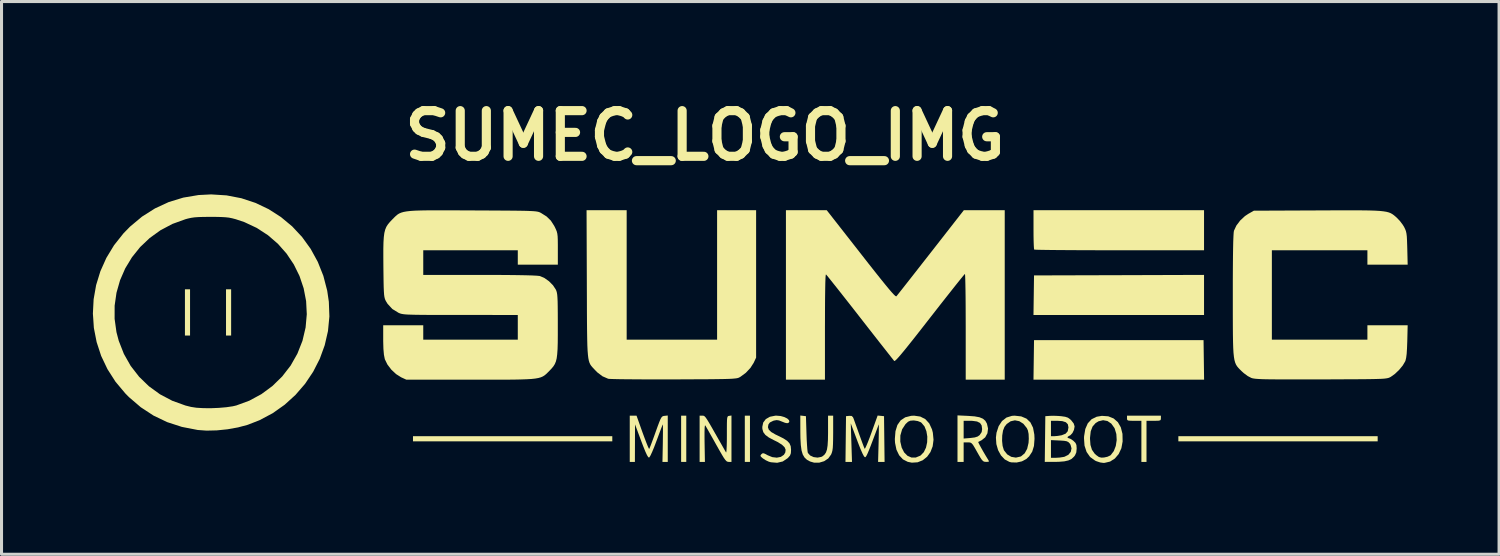
<source format=kicad_pcb>
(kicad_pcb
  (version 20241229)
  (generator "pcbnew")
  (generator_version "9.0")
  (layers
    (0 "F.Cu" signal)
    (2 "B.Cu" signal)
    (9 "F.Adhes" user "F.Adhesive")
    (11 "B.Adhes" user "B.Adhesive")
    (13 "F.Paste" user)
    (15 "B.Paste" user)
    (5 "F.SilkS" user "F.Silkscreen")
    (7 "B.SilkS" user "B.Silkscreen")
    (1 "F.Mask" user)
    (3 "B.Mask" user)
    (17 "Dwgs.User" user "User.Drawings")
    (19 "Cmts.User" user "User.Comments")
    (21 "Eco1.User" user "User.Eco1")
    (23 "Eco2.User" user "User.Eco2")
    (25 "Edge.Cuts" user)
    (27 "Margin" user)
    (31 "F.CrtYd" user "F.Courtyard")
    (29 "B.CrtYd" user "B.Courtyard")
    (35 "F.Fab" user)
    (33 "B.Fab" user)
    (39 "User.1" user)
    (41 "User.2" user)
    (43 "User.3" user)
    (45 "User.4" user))
  (footprint "SUMEC_LOGO_IMG"
    (layer "F.Cu")
    (at 20.697 8.304)
    (property "Reference" "SUMEC_LOGO_IMG" (at -0.6 -6.9 0) (layer "F.SilkS") (effects (font (size 1.5 1.5) (thickness 0.3))))
    (attr board_only exclude_from_pos_files exclude_from_bom)
    (fp_poly (pts (xy -17.507 -1.096) (xy -17.507 -0.337) (xy -17.591 -0.337) (xy -17.675 -0.337) (xy -17.675 -1.096) (xy -17.675 -1.855) (xy -17.591 -1.855) (xy -17.507 -1.855)) (stroke (width 0) (type solid)) (fill yes) (layer "F.SilkS"))
    (fp_poly (pts (xy -16.158 -1.096) (xy -16.158 -0.337) (xy -16.242 -0.337) (xy -16.326 -0.337) (xy -16.326 -1.096) (xy -16.326 -1.855) (xy -16.242 -1.855) (xy -16.158 -1.855)) (stroke (width 0) (type solid)) (fill yes) (layer "F.SilkS"))
    (fp_poly (pts (xy -3.643 3.053) (xy -3.643 3.137) (xy -6.915 3.137) (xy -10.187 3.137) (xy -10.187 3.053) (xy -10.187 2.968) (xy -6.915 2.968) (xy -3.643 2.968)) (stroke (width 0) (type solid)) (fill yes) (layer "F.SilkS"))
    (fp_poly (pts (xy -1.214 3.053) (xy -1.214 3.812) (xy -1.299 3.812) (xy -1.383 3.812) (xy -1.383 3.053) (xy -1.383 2.294) (xy -1.299 2.294) (xy -1.214 2.294)) (stroke (width 0) (type solid)) (fill yes) (layer "F.SilkS"))
    (fp_poly (pts (xy 0.877 3.053) (xy 0.877 3.812) (xy 0.793 3.812) (xy 0.708 3.812) (xy 0.708 3.053) (xy 0.708 2.294) (xy 0.793 2.294) (xy 0.877 2.294)) (stroke (width 0) (type solid)) (fill yes) (layer "F.SilkS"))
    (fp_poly (pts (xy 15.779 0.464) (xy 15.788 1.113) (xy 12.987 1.113) (xy 10.186 1.113) (xy 10.195 0.464) (xy 10.204 -0.186) (xy 12.987 -0.186) (xy 15.77 -0.186)) (stroke (width 0) (type solid)) (fill yes) (layer "F.SilkS"))
    (fp_poly (pts (xy 15.786 -1.67) (xy 15.786 -1.012) (xy 12.986 -1.012) (xy 10.186 -1.012) (xy 10.195 -1.661) (xy 10.204 -2.311) (xy 12.995 -2.319) (xy 15.786 -2.328)) (stroke (width 0) (type solid)) (fill yes) (layer "F.SilkS"))
    (fp_poly (pts (xy 21.487 3.053) (xy 21.487 3.137) (xy 18.215 3.137) (xy 14.943 3.137) (xy 14.943 3.053) (xy 14.943 2.968) (xy 18.215 2.968) (xy 21.487 2.968)) (stroke (width 0) (type solid)) (fill yes) (layer "F.SilkS"))
    (fp_poly (pts (xy 14.37 2.378) (xy 14.366 2.422) (xy 14.346 2.447) (xy 14.294 2.459) (xy 14.197 2.462) (xy 14.134 2.462) (xy 13.897 2.462) (xy 13.897 3.137) (xy 13.897 3.812) (xy 13.813 3.812) (xy 13.729 3.812) (xy 13.729 3.137) (xy 13.729 2.462) (xy 13.493 2.462) (xy 13.369 2.461) (xy 13.299 2.454) (xy 13.266 2.436) (xy 13.257 2.401) (xy 13.257 2.378) (xy 13.257 2.294) (xy 13.813 2.294) (xy 14.37 2.294)) (stroke (width 0) (type solid)) (fill yes) (layer "F.SilkS"))
    (fp_poly (pts (xy 15.786 -3.795) (xy 15.786 -3.137) (xy 13.009 -3.137) (xy 12.582 -3.137) (xy 12.175 -3.138) (xy 11.792 -3.139) (xy 11.438 -3.141) (xy 11.12 -3.143) (xy 10.841 -3.145) (xy 10.606 -3.148) (xy 10.421 -3.151) (xy 10.291 -3.154) (xy 10.221 -3.158) (xy 10.209 -3.16) (xy 10.202 -3.199) (xy 10.196 -3.295) (xy 10.191 -3.436) (xy 10.188 -3.612) (xy 10.187 -3.813) (xy 10.187 -3.817) (xy 10.187 -4.453) (xy 12.987 -4.453) (xy 15.786 -4.453)) (stroke (width 0) (type solid)) (fill yes) (layer "F.SilkS"))
    (fp_poly (pts (xy 2.623 2.3) (xy 2.715 2.311) (xy 2.733 2.884) (xy 2.74 3.078) (xy 2.75 3.251) (xy 2.76 3.391) (xy 2.771 3.485) (xy 2.779 3.518) (xy 2.853 3.601) (xy 2.966 3.654) (xy 3.096 3.671) (xy 3.219 3.648) (xy 3.268 3.622) (xy 3.329 3.568) (xy 3.374 3.499) (xy 3.406 3.404) (xy 3.426 3.272) (xy 3.437 3.095) (xy 3.441 2.863) (xy 3.441 2.818) (xy 3.441 2.294) (xy 3.525 2.294) (xy 3.609 2.294) (xy 3.609 2.859) (xy 3.607 3.076) (xy 3.603 3.237) (xy 3.596 3.356) (xy 3.583 3.444) (xy 3.564 3.513) (xy 3.542 3.568) (xy 3.449 3.698) (xy 3.313 3.789) (xy 3.151 3.837) (xy 2.979 3.836) (xy 2.85 3.798) (xy 2.748 3.742) (xy 2.669 3.668) (xy 2.611 3.57) (xy 2.571 3.437) (xy 2.547 3.26) (xy 2.534 3.032) (xy 2.531 2.823) (xy 2.53 2.289)) (stroke (width 0) (type solid)) (fill yes) (layer "F.SilkS"))
    (fp_poly (pts (xy 6.469 2.323) (xy 6.635 2.408) (xy 6.764 2.549) (xy 6.854 2.744) (xy 6.882 2.854) (xy 6.904 3.087) (xy 6.876 3.301) (xy 6.803 3.489) (xy 6.693 3.643) (xy 6.55 3.758) (xy 6.381 3.825) (xy 6.193 3.837) (xy 6.058 3.81) (xy 5.9 3.729) (xy 5.775 3.594) (xy 5.687 3.412) (xy 5.641 3.189) (xy 5.638 3.145) (xy 5.813 3.145) (xy 5.859 3.344) (xy 5.94 3.501) (xy 6.049 3.611) (xy 6.178 3.668) (xy 6.32 3.669) (xy 6.468 3.608) (xy 6.48 3.6) (xy 6.585 3.492) (xy 6.657 3.343) (xy 6.695 3.167) (xy 6.7 2.982) (xy 6.67 2.804) (xy 6.608 2.647) (xy 6.511 2.53) (xy 6.483 2.509) (xy 6.387 2.471) (xy 6.266 2.452) (xy 6.245 2.451) (xy 6.143 2.459) (xy 6.068 2.493) (xy 5.989 2.567) (xy 5.984 2.572) (xy 5.873 2.742) (xy 5.815 2.944) (xy 5.813 3.145) (xy 5.638 3.145) (xy 5.634 3.06) (xy 5.655 2.804) (xy 5.718 2.6) (xy 5.825 2.448) (xy 5.975 2.348) (xy 6.168 2.299) (xy 6.267 2.294)) (stroke (width 0) (type solid)) (fill yes) (layer "F.SilkS"))
    (fp_poly (pts (xy 9.784 2.318) (xy 9.956 2.391) (xy 10.085 2.514) (xy 10.171 2.688) (xy 10.214 2.915) (xy 10.22 3.054) (xy 10.202 3.289) (xy 10.144 3.477) (xy 10.042 3.631) (xy 9.949 3.718) (xy 9.806 3.794) (xy 9.633 3.832) (xy 9.458 3.827) (xy 9.394 3.811) (xy 9.243 3.731) (xy 9.118 3.598) (xy 9.024 3.426) (xy 8.967 3.227) (xy 8.96 3.12) (xy 9.155 3.12) (xy 9.172 3.286) (xy 9.212 3.42) (xy 9.219 3.434) (xy 9.323 3.565) (xy 9.458 3.646) (xy 9.609 3.671) (xy 9.763 3.636) (xy 9.784 3.625) (xy 9.897 3.53) (xy 9.979 3.381) (xy 10.024 3.188) (xy 10.032 3.052) (xy 10.026 2.893) (xy 10.002 2.777) (xy 9.967 2.701) (xy 9.853 2.559) (xy 9.72 2.475) (xy 9.577 2.447) (xy 9.436 2.478) (xy 9.307 2.568) (xy 9.233 2.663) (xy 9.186 2.783) (xy 9.16 2.944) (xy 9.155 3.12) (xy 8.96 3.12) (xy 8.953 3.013) (xy 8.972 2.854) (xy 9.043 2.637) (xy 9.153 2.47) (xy 9.299 2.356) (xy 9.478 2.3) (xy 9.566 2.294)) (stroke (width 0) (type solid)) (fill yes) (layer "F.SilkS"))
    (fp_poly (pts (xy -1.822 3.051) (xy -1.822 3.812) (xy -1.909 3.812) (xy -1.996 3.812) (xy -1.984 3.19) (xy -1.982 2.995) (xy -1.98 2.826) (xy -1.98 2.694) (xy -1.982 2.609) (xy -1.985 2.581) (xy -2 2.615) (xy -2.034 2.701) (xy -2.083 2.83) (xy -2.142 2.99) (xy -2.193 3.126) (xy -2.269 3.327) (xy -2.336 3.488) (xy -2.389 3.602) (xy -2.427 3.662) (xy -2.438 3.67) (xy -2.465 3.653) (xy -2.504 3.589) (xy -2.557 3.474) (xy -2.626 3.303) (xy -2.692 3.13) (xy -2.897 2.58) (xy -2.899 3.196) (xy -2.901 3.812) (xy -2.985 3.812) (xy -3.07 3.812) (xy -3.07 3.053) (xy -3.07 2.294) (xy -2.958 2.294) (xy -2.847 2.294) (xy -2.649 2.85) (xy -2.583 3.028) (xy -2.525 3.181) (xy -2.478 3.298) (xy -2.445 3.37) (xy -2.432 3.387) (xy -2.415 3.351) (xy -2.379 3.262) (xy -2.33 3.131) (xy -2.27 2.969) (xy -2.224 2.84) (xy -2.154 2.645) (xy -2.101 2.505) (xy -2.062 2.411) (xy -2.029 2.352) (xy -1.999 2.32) (xy -1.967 2.306) (xy -1.928 2.3) (xy -1.822 2.289)) (stroke (width 0) (type solid)) (fill yes) (layer "F.SilkS"))
    (fp_poly (pts (xy 12.642 2.315) (xy 12.818 2.386) (xy 12.957 2.508) (xy 13.054 2.678) (xy 13.108 2.891) (xy 13.113 3.142) (xy 13.072 3.364) (xy 12.984 3.553) (xy 12.858 3.701) (xy 12.701 3.801) (xy 12.519 3.844) (xy 12.481 3.845) (xy 12.376 3.83) (xy 12.255 3.79) (xy 12.21 3.77) (xy 12.046 3.651) (xy 11.93 3.486) (xy 11.862 3.278) (xy 11.846 3.053) (xy 12.042 3.053) (xy 12.057 3.255) (xy 12.105 3.412) (xy 12.191 3.537) (xy 12.247 3.589) (xy 12.334 3.651) (xy 12.415 3.672) (xy 12.506 3.667) (xy 12.615 3.643) (xy 12.706 3.601) (xy 12.723 3.588) (xy 12.823 3.457) (xy 12.889 3.286) (xy 12.918 3.094) (xy 12.907 2.898) (xy 12.853 2.718) (xy 12.843 2.697) (xy 12.741 2.555) (xy 12.614 2.469) (xy 12.471 2.443) (xy 12.323 2.478) (xy 12.225 2.538) (xy 12.126 2.651) (xy 12.066 2.806) (xy 12.043 3.011) (xy 12.042 3.053) (xy 11.846 3.053) (xy 11.845 3.029) (xy 11.848 2.968) (xy 11.888 2.73) (xy 11.969 2.545) (xy 12.094 2.411) (xy 12.261 2.329) (xy 12.432 2.3)) (stroke (width 0) (type solid)) (fill yes) (layer "F.SilkS"))
    (fp_poly (pts (xy 5.174 2.3) (xy 5.279 2.311) (xy 5.288 3.061) (xy 5.297 3.812) (xy 5.191 3.812) (xy 5.084 3.812) (xy 5.101 3.179) (xy 5.105 2.984) (xy 5.108 2.817) (xy 5.109 2.687) (xy 5.108 2.605) (xy 5.105 2.58) (xy 5.105 2.58) (xy 4.996 2.874) (xy 4.907 3.111) (xy 4.837 3.295) (xy 4.781 3.435) (xy 4.739 3.535) (xy 4.707 3.601) (xy 4.683 3.64) (xy 4.664 3.657) (xy 4.654 3.66) (xy 4.621 3.629) (xy 4.571 3.535) (xy 4.502 3.377) (xy 4.415 3.155) (xy 4.396 3.103) (xy 4.187 2.547) (xy 4.207 3.179) (xy 4.227 3.812) (xy 4.12 3.812) (xy 4.013 3.812) (xy 4.022 3.061) (xy 4.031 2.311) (xy 4.137 2.3) (xy 4.216 2.303) (xy 4.259 2.344) (xy 4.277 2.385) (xy 4.301 2.451) (xy 4.342 2.566) (xy 4.396 2.714) (xy 4.455 2.881) (xy 4.467 2.914) (xy 4.526 3.076) (xy 4.577 3.215) (xy 4.617 3.32) (xy 4.641 3.377) (xy 4.644 3.382) (xy 4.661 3.363) (xy 4.696 3.29) (xy 4.746 3.171) (xy 4.806 3.017) (xy 4.866 2.853) (xy 5.069 2.29)) (stroke (width 0) (type solid)) (fill yes) (layer "F.SilkS"))
    (fp_poly (pts (xy 0.27 3.05) (xy 0.27 3.812) (xy 0.177 3.812) (xy 0.143 3.807) (xy 0.109 3.79) (xy 0.07 3.75) (xy 0.021 3.682) (xy -0.043 3.577) (xy -0.129 3.428) (xy -0.236 3.238) (xy -0.337 3.057) (xy -0.429 2.895) (xy -0.505 2.76) (xy -0.561 2.663) (xy -0.589 2.615) (xy -0.59 2.613) (xy -0.603 2.622) (xy -0.611 2.692) (xy -0.615 2.827) (xy -0.615 3.027) (xy -0.613 3.187) (xy -0.602 3.812) (xy -0.689 3.812) (xy -0.776 3.812) (xy -0.776 3.053) (xy -0.776 2.294) (xy -0.692 2.294) (xy -0.661 2.294) (xy -0.634 2.301) (xy -0.606 2.321) (xy -0.571 2.362) (xy -0.525 2.43) (xy -0.463 2.532) (xy -0.379 2.676) (xy -0.269 2.87) (xy -0.222 2.952) (xy -0.126 3.121) (xy -0.04 3.271) (xy 0.029 3.393) (xy 0.076 3.474) (xy 0.093 3.504) (xy 0.101 3.487) (xy 0.108 3.412) (xy 0.114 3.288) (xy 0.118 3.126) (xy 0.119 2.934) (xy 0.119 2.93) (xy 0.119 2.712) (xy 0.12 2.552) (xy 0.123 2.441) (xy 0.13 2.37) (xy 0.142 2.329) (xy 0.159 2.309) (xy 0.183 2.302) (xy 0.194 2.3) (xy 0.27 2.289)) (stroke (width 0) (type solid)) (fill yes) (layer "F.SilkS"))
    (fp_poly (pts (xy -3.171 -2.327) (xy -3.171 -0.202) (xy -1.687 -0.202) (xy -0.202 -0.202) (xy -0.202 -2.327) (xy -0.202 -4.453) (xy 0.439 -4.453) (xy 1.079 -4.453) (xy 1.079 -2.032) (xy 1.079 0.388) (xy 1 0.557) (xy 0.893 0.725) (xy 0.742 0.886) (xy 0.566 1.016) (xy 0.533 1.035) (xy 0.507 1.048) (xy 0.473 1.059) (xy 0.427 1.068) (xy 0.363 1.075) (xy 0.277 1.082) (xy 0.162 1.087) (xy 0.015 1.091) (xy -0.172 1.094) (xy -0.402 1.097) (xy -0.681 1.099) (xy -1.014 1.1) (xy -1.407 1.102) (xy -1.636 1.102) (xy -2.005 1.103) (xy -2.355 1.103) (xy -2.681 1.102) (xy -2.976 1.1) (xy -3.234 1.098) (xy -3.449 1.095) (xy -3.616 1.091) (xy -3.727 1.087) (xy -3.778 1.082) (xy -3.778 1.082) (xy -3.965 1.001) (xy -4.133 0.874) (xy -4.208 0.798) (xy -4.257 0.746) (xy -4.299 0.701) (xy -4.335 0.658) (xy -4.366 0.612) (xy -4.392 0.557) (xy -4.413 0.489) (xy -4.43 0.404) (xy -4.443 0.295) (xy -4.454 0.159) (xy -4.462 -0.01) (xy -4.467 -0.217) (xy -4.471 -0.466) (xy -4.474 -0.762) (xy -4.476 -1.111) (xy -4.477 -1.517) (xy -4.479 -1.985) (xy -4.479 -2.032) (xy -4.488 -4.453) (xy -3.83 -4.453) (xy -3.171 -4.453)) (stroke (width 0) (type solid)) (fill yes) (layer "F.SilkS"))
    (fp_poly (pts (xy 8.037 2.301) (xy 8.253 2.317) (xy 8.412 2.346) (xy 8.526 2.394) (xy 8.605 2.462) (xy 8.658 2.556) (xy 8.694 2.717) (xy 8.674 2.872) (xy 8.601 3.006) (xy 8.481 3.102) (xy 8.48 3.102) (xy 8.409 3.138) (xy 8.372 3.158) (xy 8.371 3.159) (xy 8.382 3.188) (xy 8.419 3.261) (xy 8.476 3.364) (xy 8.542 3.481) (xy 8.612 3.6) (xy 8.675 3.704) (xy 8.695 3.736) (xy 8.724 3.787) (xy 8.709 3.808) (xy 8.641 3.811) (xy 8.631 3.811) (xy 8.579 3.807) (xy 8.537 3.79) (xy 8.495 3.749) (xy 8.444 3.674) (xy 8.374 3.554) (xy 8.338 3.49) (xy 8.259 3.35) (xy 8.203 3.258) (xy 8.159 3.205) (xy 8.118 3.179) (xy 8.07 3.171) (xy 8.026 3.171) (xy 7.893 3.171) (xy 7.893 3.491) (xy 7.893 3.812) (xy 7.792 3.812) (xy 7.691 3.812) (xy 7.691 3.048) (xy 7.691 2.462) (xy 7.893 2.462) (xy 7.893 2.754) (xy 7.893 3.045) (xy 8.115 3.027) (xy 8.258 3.009) (xy 8.354 2.978) (xy 8.418 2.932) (xy 8.485 2.833) (xy 8.5 2.735) (xy 8.484 2.615) (xy 8.431 2.534) (xy 8.333 2.485) (xy 8.182 2.464) (xy 8.098 2.462) (xy 7.893 2.462) (xy 7.691 2.462) (xy 7.691 2.285)) (stroke (width 0) (type solid)) (fill yes) (layer "F.SilkS"))
    (fp_poly (pts (xy 1.887 2.306) (xy 2.006 2.34) (xy 2.101 2.387) (xy 2.159 2.441) (xy 2.17 2.495) (xy 2.147 2.526) (xy 2.101 2.542) (xy 2.028 2.528) (xy 1.939 2.493) (xy 1.833 2.451) (xy 1.754 2.439) (xy 1.67 2.454) (xy 1.646 2.46) (xy 1.531 2.517) (xy 1.483 2.582) (xy 1.467 2.673) (xy 1.495 2.753) (xy 1.574 2.83) (xy 1.71 2.91) (xy 1.796 2.951) (xy 1.975 3.04) (xy 2.098 3.12) (xy 2.175 3.203) (xy 2.215 3.297) (xy 2.226 3.413) (xy 2.226 3.416) (xy 2.22 3.527) (xy 2.192 3.603) (xy 2.129 3.676) (xy 2.111 3.693) (xy 1.954 3.798) (xy 1.77 3.841) (xy 1.567 3.824) (xy 1.497 3.805) (xy 1.396 3.758) (xy 1.297 3.694) (xy 1.295 3.692) (xy 1.234 3.638) (xy 1.221 3.601) (xy 1.249 3.562) (xy 1.251 3.56) (xy 1.288 3.531) (xy 1.33 3.529) (xy 1.397 3.559) (xy 1.453 3.591) (xy 1.609 3.655) (xy 1.759 3.673) (xy 1.891 3.647) (xy 1.991 3.579) (xy 2.037 3.502) (xy 2.048 3.412) (xy 2.012 3.328) (xy 1.923 3.244) (xy 1.776 3.154) (xy 1.668 3.101) (xy 1.497 3.011) (xy 1.383 2.926) (xy 1.315 2.836) (xy 1.285 2.731) (xy 1.282 2.665) (xy 1.312 2.52) (xy 1.397 2.407) (xy 1.531 2.33) (xy 1.706 2.295) (xy 1.754 2.294)) (stroke (width 0) (type solid)) (fill yes) (layer "F.SilkS"))
    (fp_poly (pts (xy 10.993 2.303) (xy 11.096 2.311) (xy 11.226 2.33) (xy 11.315 2.359) (xy 11.387 2.41) (xy 11.425 2.446) (xy 11.507 2.551) (xy 11.536 2.646) (xy 11.536 2.646) (xy 11.516 2.759) (xy 11.465 2.864) (xy 11.397 2.937) (xy 11.368 2.951) (xy 11.313 2.984) (xy 11.304 3.018) (xy 11.345 3.036) (xy 11.348 3.036) (xy 11.403 3.056) (xy 11.48 3.107) (xy 11.5 3.123) (xy 11.565 3.188) (xy 11.596 3.258) (xy 11.604 3.362) (xy 11.604 3.374) (xy 11.592 3.5) (xy 11.55 3.596) (xy 11.517 3.639) (xy 11.438 3.713) (xy 11.335 3.763) (xy 11.198 3.794) (xy 11.014 3.809) (xy 10.869 3.811) (xy 10.557 3.812) (xy 10.565 3.096) (xy 10.76 3.096) (xy 10.76 3.386) (xy 10.76 3.677) (xy 10.921 3.677) (xy 11.05 3.669) (xy 11.176 3.649) (xy 11.206 3.642) (xy 11.331 3.579) (xy 11.41 3.483) (xy 11.435 3.368) (xy 11.403 3.249) (xy 11.371 3.2) (xy 11.33 3.16) (xy 11.276 3.134) (xy 11.191 3.119) (xy 11.06 3.11) (xy 11.034 3.109) (xy 10.76 3.096) (xy 10.565 3.096) (xy 10.566 3.061) (xy 10.573 2.462) (xy 10.76 2.462) (xy 10.76 2.715) (xy 10.76 2.968) (xy 10.87 2.968) (xy 10.978 2.959) (xy 11.099 2.939) (xy 11.114 2.936) (xy 11.24 2.886) (xy 11.311 2.805) (xy 11.334 2.682) (xy 11.334 2.677) (xy 11.314 2.576) (xy 11.249 2.51) (xy 11.133 2.473) (xy 10.972 2.462) (xy 10.76 2.462) (xy 10.573 2.462) (xy 10.575 2.311) (xy 10.727 2.3) (xy 10.846 2.297)) (stroke (width 0) (type solid)) (fill yes) (layer "F.SilkS"))
    (fp_poly (pts (xy 4.521 -3.018) (xy 4.774 -2.694) (xy 4.99 -2.421) (xy 5.17 -2.195) (xy 5.318 -2.012) (xy 5.436 -1.869) (xy 5.528 -1.762) (xy 5.596 -1.688) (xy 5.643 -1.643) (xy 5.673 -1.624) (xy 5.685 -1.626) (xy 5.713 -1.66) (xy 5.779 -1.743) (xy 5.878 -1.868) (xy 6.006 -2.031) (xy 6.16 -2.227) (xy 6.335 -2.45) (xy 6.527 -2.696) (xy 6.733 -2.959) (xy 6.813 -3.061) (xy 7.9 -4.453) (xy 8.571 -4.453) (xy 9.242 -4.453) (xy 9.242 -1.67) (xy 9.242 1.113) (xy 8.602 1.113) (xy 7.961 1.113) (xy 7.961 -0.624) (xy 7.96 -0.959) (xy 7.959 -1.273) (xy 7.957 -1.559) (xy 7.954 -1.811) (xy 7.95 -2.024) (xy 7.946 -2.189) (xy 7.942 -2.302) (xy 7.937 -2.356) (xy 7.935 -2.359) (xy 7.91 -2.333) (xy 7.848 -2.259) (xy 7.752 -2.14) (xy 7.626 -1.983) (xy 7.475 -1.792) (xy 7.301 -1.572) (xy 7.109 -1.328) (xy 6.903 -1.064) (xy 6.782 -0.909) (xy 6.526 -0.581) (xy 6.309 -0.304) (xy 6.126 -0.074) (xy 5.977 0.112) (xy 5.857 0.257) (xy 5.765 0.365) (xy 5.696 0.44) (xy 5.65 0.483) (xy 5.622 0.5) (xy 5.613 0.498) (xy 5.586 0.464) (xy 5.52 0.381) (xy 5.422 0.256) (xy 5.294 0.093) (xy 5.14 -0.102) (xy 4.965 -0.326) (xy 4.773 -0.571) (xy 4.568 -0.834) (xy 4.49 -0.934) (xy 4.281 -1.202) (xy 4.084 -1.453) (xy 3.903 -1.683) (xy 3.742 -1.887) (xy 3.605 -2.059) (xy 3.496 -2.196) (xy 3.419 -2.291) (xy 3.378 -2.339) (xy 3.372 -2.345) (xy 3.364 -2.317) (xy 3.357 -2.222) (xy 3.351 -2.064) (xy 3.347 -1.842) (xy 3.343 -1.558) (xy 3.341 -1.215) (xy 3.34 -0.812) (xy 3.339 -0.626) (xy 3.339 1.113) (xy 2.699 1.113) (xy 2.058 1.113) (xy 2.058 -1.67) (xy 2.058 -4.453) (xy 2.727 -4.453) (xy 3.397 -4.453)) (stroke (width 0) (type solid)) (fill yes) (layer "F.SilkS"))
    (fp_poly (pts (xy 20.963 -4.447) (xy 21.197 -4.444) (xy 21.39 -4.438) (xy 21.547 -4.429) (xy 21.673 -4.416) (xy 21.773 -4.4) (xy 21.853 -4.379) (xy 21.918 -4.353) (xy 21.972 -4.322) (xy 22.023 -4.285) (xy 22.074 -4.242) (xy 22.107 -4.213) (xy 22.213 -4.103) (xy 22.311 -3.974) (xy 22.356 -3.9) (xy 22.39 -3.83) (xy 22.415 -3.764) (xy 22.432 -3.688) (xy 22.444 -3.589) (xy 22.451 -3.453) (xy 22.457 -3.268) (xy 22.459 -3.196) (xy 22.472 -2.665) (xy 21.811 -2.665) (xy 21.15 -2.665) (xy 21.15 -2.901) (xy 21.15 -3.137) (xy 19.581 -3.137) (xy 18.013 -3.137) (xy 18.013 -1.67) (xy 18.013 -0.202) (xy 19.581 -0.202) (xy 21.15 -0.202) (xy 21.15 -0.439) (xy 21.15 -0.675) (xy 21.811 -0.675) (xy 22.472 -0.675) (xy 22.459 -0.143) (xy 22.45 0.091) (xy 22.439 0.267) (xy 22.422 0.395) (xy 22.401 0.484) (xy 22.39 0.512) (xy 22.31 0.647) (xy 22.191 0.791) (xy 22.054 0.922) (xy 21.92 1.018) (xy 21.91 1.023) (xy 21.882 1.038) (xy 21.852 1.051) (xy 21.815 1.061) (xy 21.766 1.07) (xy 21.701 1.078) (xy 21.613 1.084) (xy 21.498 1.088) (xy 21.35 1.092) (xy 21.165 1.095) (xy 20.936 1.097) (xy 20.659 1.099) (xy 20.329 1.1) (xy 19.94 1.102) (xy 19.632 1.103) (xy 19.192 1.104) (xy 18.815 1.104) (xy 18.495 1.104) (xy 18.226 1.103) (xy 18.005 1.101) (xy 17.826 1.099) (xy 17.683 1.095) (xy 17.571 1.089) (xy 17.486 1.083) (xy 17.422 1.075) (xy 17.375 1.066) (xy 17.339 1.055) (xy 17.218 0.992) (xy 17.084 0.892) (xy 17.016 0.829) (xy 16.959 0.773) (xy 16.911 0.722) (xy 16.869 0.671) (xy 16.835 0.615) (xy 16.807 0.548) (xy 16.784 0.464) (xy 16.767 0.36) (xy 16.753 0.228) (xy 16.744 0.064) (xy 16.738 -0.137) (xy 16.734 -0.382) (xy 16.732 -0.675) (xy 16.731 -1.022) (xy 16.731 -1.429) (xy 16.731 -1.663) (xy 16.731 -2.143) (xy 16.733 -2.557) (xy 16.736 -2.907) (xy 16.74 -3.196) (xy 16.745 -3.426) (xy 16.752 -3.597) (xy 16.759 -3.714) (xy 16.768 -3.777) (xy 16.769 -3.779) (xy 16.847 -3.947) (xy 16.973 -4.114) (xy 17.129 -4.259) (xy 17.237 -4.331) (xy 17.422 -4.436) (xy 19.51 -4.445) (xy 19.962 -4.447) (xy 20.351 -4.449) (xy 20.683 -4.449)) (stroke (width 0) (type solid)) (fill yes) (layer "F.SilkS"))
    (fp_poly (pts (xy -16.308 -4.939) (xy -15.821 -4.845) (xy -15.358 -4.692) (xy -14.924 -4.485) (xy -14.522 -4.227) (xy -14.155 -3.922) (xy -13.829 -3.573) (xy -13.547 -3.183) (xy -13.313 -2.756) (xy -13.13 -2.297) (xy -13.003 -1.808) (xy -12.95 -1.447) (xy -12.932 -0.963) (xy -12.978 -0.485) (xy -13.085 -0.02) (xy -13.248 0.428) (xy -13.465 0.852) (xy -13.731 1.249) (xy -14.044 1.611) (xy -14.4 1.935) (xy -14.795 2.214) (xy -15.226 2.443) (xy -15.613 2.594) (xy -15.93 2.679) (xy -16.276 2.741) (xy -16.628 2.777) (xy -16.965 2.785) (xy -17.254 2.764) (xy -17.774 2.663) (xy -18.258 2.506) (xy -18.707 2.291) (xy -19.124 2.018) (xy -19.512 1.686) (xy -19.632 1.564) (xy -19.955 1.179) (xy -20.219 0.766) (xy -20.426 0.331) (xy -20.574 -0.122) (xy -20.665 -0.586) (xy -20.685 -0.885) (xy -19.984 -0.885) (xy -19.923 -0.448) (xy -19.848 -0.164) (xy -19.679 0.267) (xy -19.455 0.662) (xy -19.179 1.017) (xy -18.858 1.328) (xy -18.494 1.592) (xy -18.092 1.804) (xy -17.657 1.961) (xy -17.473 2.007) (xy -17.295 2.034) (xy -17.071 2.047) (xy -16.82 2.049) (xy -16.562 2.038) (xy -16.317 2.017) (xy -16.105 1.986) (xy -15.989 1.959) (xy -15.561 1.802) (xy -15.164 1.587) (xy -14.802 1.32) (xy -14.481 1.006) (xy -14.205 0.65) (xy -13.982 0.257) (xy -13.816 -0.164) (xy -13.713 -0.601) (xy -13.674 -1.037) (xy -13.696 -1.468) (xy -13.777 -1.888) (xy -13.913 -2.292) (xy -14.101 -2.673) (xy -14.338 -3.027) (xy -14.622 -3.349) (xy -14.95 -3.632) (xy -15.318 -3.871) (xy -15.723 -4.061) (xy -16.006 -4.156) (xy -16.12 -4.186) (xy -16.228 -4.208) (xy -16.346 -4.221) (xy -16.49 -4.229) (xy -16.674 -4.233) (xy -16.832 -4.233) (xy -17.054 -4.232) (xy -17.224 -4.227) (xy -17.357 -4.218) (xy -17.47 -4.202) (xy -17.579 -4.178) (xy -17.659 -4.156) (xy -18.087 -4.001) (xy -18.479 -3.793) (xy -18.833 -3.538) (xy -19.146 -3.241) (xy -19.414 -2.907) (xy -19.635 -2.543) (xy -19.805 -2.153) (xy -19.922 -1.743) (xy -19.983 -1.319) (xy -19.984 -0.885) (xy -20.685 -0.885) (xy -20.697 -1.057) (xy -20.673 -1.527) (xy -20.591 -1.993) (xy -20.451 -2.448) (xy -20.255 -2.886) (xy -20.002 -3.303) (xy -19.692 -3.693) (xy -19.477 -3.913) (xy -19.083 -4.242) (xy -18.658 -4.511) (xy -18.206 -4.72) (xy -17.728 -4.866) (xy -17.228 -4.95) (xy -16.815 -4.971)) (stroke (width 0) (type solid)) (fill yes) (layer "F.SilkS"))
    (fp_poly (pts (xy -9.064 -4.449) (xy -8.673 -4.447) (xy -8.221 -4.445) (xy -8.21 -4.445) (xy -7.783 -4.443) (xy -7.419 -4.441) (xy -7.111 -4.439) (xy -6.855 -4.437) (xy -6.645 -4.434) (xy -6.476 -4.431) (xy -6.343 -4.426) (xy -6.24 -4.421) (xy -6.163 -4.414) (xy -6.106 -4.406) (xy -6.063 -4.396) (xy -6.029 -4.384) (xy -6 -4.37) (xy -5.983 -4.361) (xy -5.799 -4.245) (xy -5.661 -4.11) (xy -5.55 -3.938) (xy -5.534 -3.906) (xy -5.495 -3.825) (xy -5.467 -3.756) (xy -5.449 -3.685) (xy -5.438 -3.598) (xy -5.433 -3.481) (xy -5.431 -3.32) (xy -5.431 -3.182) (xy -5.431 -2.665) (xy -6.089 -2.665) (xy -6.746 -2.665) (xy -6.746 -2.901) (xy -6.746 -3.137) (xy -8.298 -3.137) (xy -9.85 -3.137) (xy -9.85 -2.732) (xy -9.85 -2.327) (xy -8.009 -2.327) (xy -7.531 -2.327) (xy -7.12 -2.325) (xy -6.775 -2.321) (xy -6.494 -2.316) (xy -6.278 -2.31) (xy -6.125 -2.302) (xy -6.034 -2.293) (xy -6.019 -2.29) (xy -5.873 -2.227) (xy -5.722 -2.12) (xy -5.59 -1.987) (xy -5.498 -1.847) (xy -5.494 -1.84) (xy -5.476 -1.795) (xy -5.462 -1.742) (xy -5.451 -1.674) (xy -5.444 -1.582) (xy -5.438 -1.458) (xy -5.435 -1.294) (xy -5.433 -1.082) (xy -5.432 -0.814) (xy -5.432 -0.689) (xy -5.432 -0.366) (xy -5.434 -0.103) (xy -5.44 0.108) (xy -5.452 0.277) (xy -5.469 0.41) (xy -5.495 0.515) (xy -5.531 0.601) (xy -5.578 0.676) (xy -5.637 0.747) (xy -5.71 0.824) (xy -5.715 0.829) (xy -5.77 0.884) (xy -5.82 0.932) (xy -5.869 0.972) (xy -5.924 1.006) (xy -5.988 1.034) (xy -6.069 1.057) (xy -6.17 1.075) (xy -6.297 1.089) (xy -6.455 1.098) (xy -6.65 1.105) (xy -6.887 1.11) (xy -7.17 1.112) (xy -7.506 1.113) (xy -7.899 1.113) (xy -8.312 1.113) (xy -10.406 1.112) (xy -10.576 1.034) (xy -10.742 0.929) (xy -10.899 0.782) (xy -11.027 0.614) (xy -11.11 0.444) (xy -11.114 0.429) (xy -11.141 0.294) (xy -11.158 0.102) (xy -11.165 -0.15) (xy -11.165 -0.209) (xy -11.165 -0.675) (xy -10.507 -0.675) (xy -9.85 -0.675) (xy -9.85 -0.439) (xy -9.85 -0.202) (xy -8.298 -0.202) (xy -6.746 -0.202) (xy -6.746 -0.607) (xy -6.746 -1.012) (xy -8.627 -1.013) (xy -9.031 -1.013) (xy -9.374 -1.013) (xy -9.66 -1.014) (xy -9.896 -1.016) (xy -10.087 -1.018) (xy -10.239 -1.022) (xy -10.357 -1.026) (xy -10.447 -1.032) (xy -10.515 -1.04) (xy -10.567 -1.05) (xy -10.607 -1.061) (xy -10.642 -1.075) (xy -10.659 -1.082) (xy -10.865 -1.208) (xy -11.022 -1.379) (xy -11.076 -1.467) (xy -11.097 -1.509) (xy -11.113 -1.554) (xy -11.126 -1.61) (xy -11.136 -1.685) (xy -11.143 -1.788) (xy -11.149 -1.926) (xy -11.153 -2.109) (xy -11.156 -2.343) (xy -11.159 -2.593) (xy -11.161 -2.918) (xy -11.161 -3.184) (xy -11.156 -3.399) (xy -11.145 -3.571) (xy -11.127 -3.707) (xy -11.099 -3.817) (xy -11.061 -3.908) (xy -11.01 -3.988) (xy -10.945 -4.066) (xy -10.865 -4.15) (xy -10.86 -4.155) (xy -10.803 -4.213) (xy -10.751 -4.263) (xy -10.7 -4.306) (xy -10.644 -4.342) (xy -10.577 -4.371) (xy -10.496 -4.395) (xy -10.395 -4.413) (xy -10.267 -4.428) (xy -10.109 -4.438) (xy -9.915 -4.444) (xy -9.68 -4.448) (xy -9.398 -4.449)) (stroke (width 0) (type solid)) (fill yes) (layer "F.SilkS")))
  (gr_rect
    (start -3 -3)
    (end 46.17 15.149)
    (stroke (width 0.1) (type default))
    (fill no)
    (layer "Edge.Cuts")))
</source>
